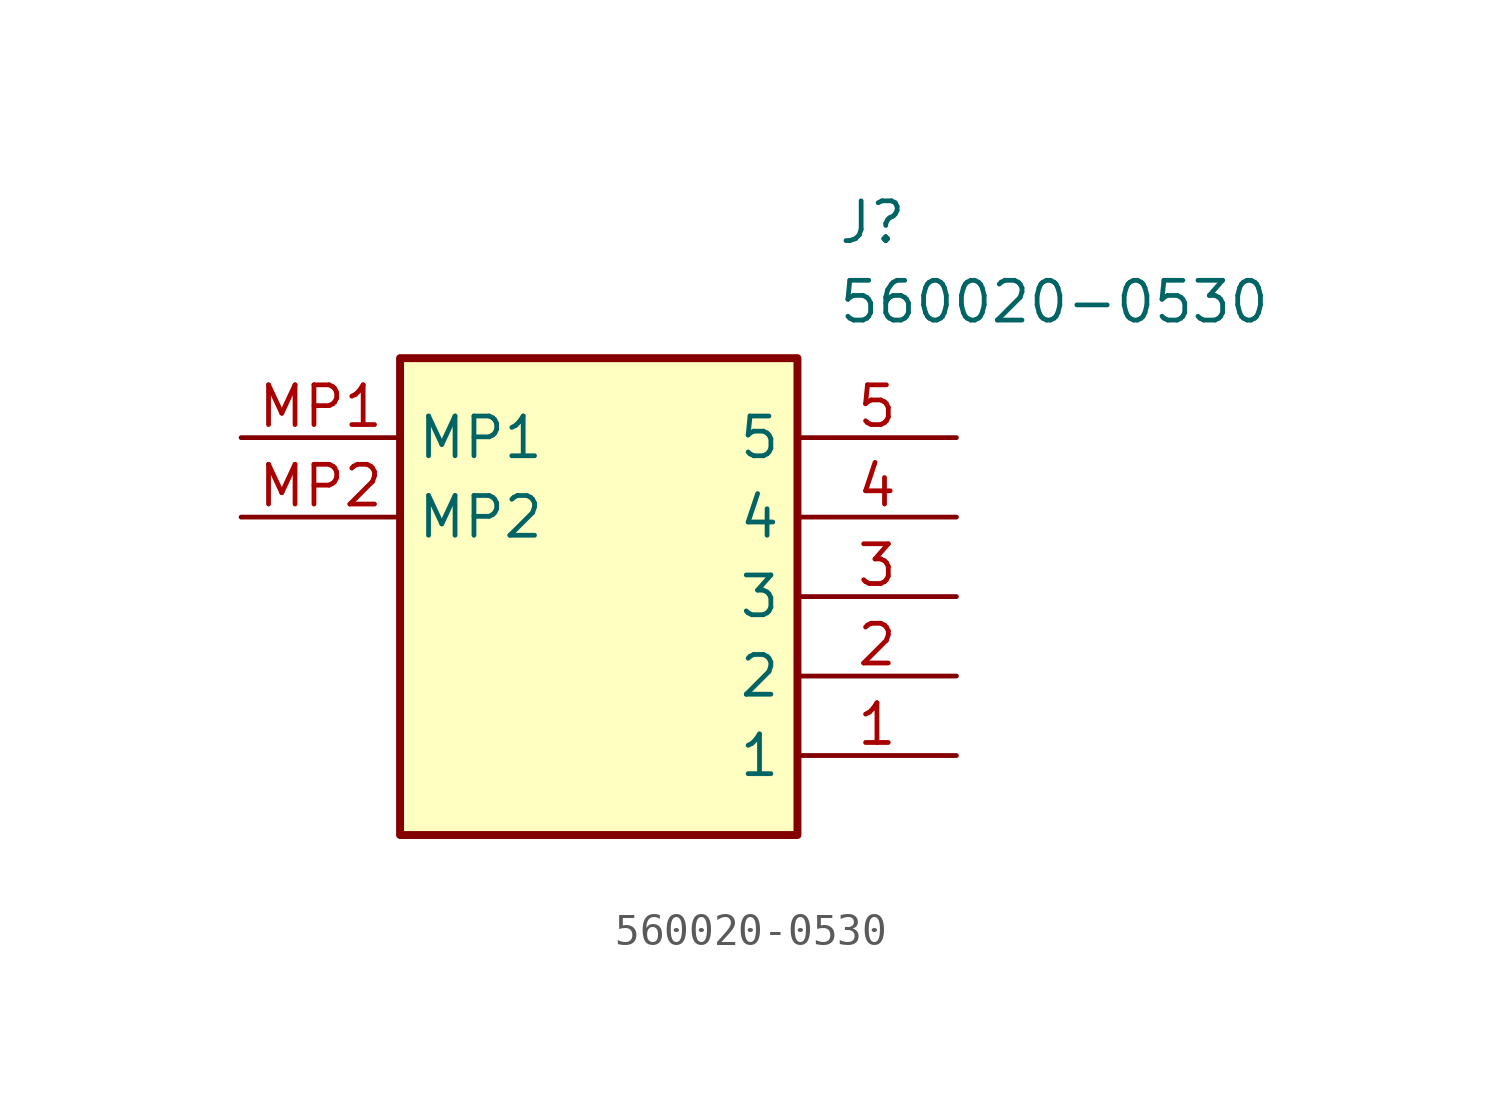
<source format=kicad_sym>
(kicad_symbol_lib
  (version 20211014)
  (generator SamacSys_ECAD_Model)
  (symbol "560020-0530"
    (property "Reference" "J"
      (at 19.05 7.62 0)
      (effects (font (size 1.27 1.27)) (justify left top)))
    (property "Value" "560020-0530"
      (at 19.05 5.08 0)
      (effects (font (size 1.27 1.27)) (justify left top)))
    (rectangle
      (start 5.08 2.54)
      (end 17.78 -12.7)
      (stroke (width 0.254) (type default))
      (fill (type background)))
    (pin passive line
      (at 22.86 -10.16 180)
      (length 5.08)
      (name "1" (effects (font (size 1.27 1.27))))
      (number "1" (effects (font (size 1.27 1.27)))))
    (pin passive line
      (at 22.86 -7.62 180)
      (length 5.08)
      (name "2" (effects (font (size 1.27 1.27))))
      (number "2" (effects (font (size 1.27 1.27)))))
    (pin passive line
      (at 22.86 -5.08 180)
      (length 5.08)
      (name "3" (effects (font (size 1.27 1.27))))
      (number "3" (effects (font (size 1.27 1.27)))))
    (pin passive line
      (at 22.86 -2.54 180)
      (length 5.08)
      (name "4" (effects (font (size 1.27 1.27))))
      (number "4" (effects (font (size 1.27 1.27)))))
    (pin passive line
      (at 22.86 0 180)
      (length 5.08)
      (name "5" (effects (font (size 1.27 1.27))))
      (number "5" (effects (font (size 1.27 1.27)))))
    (pin passive line
      (at 0 0 0)
      (length 5.08)
      (name "MP1" (effects (font (size 1.27 1.27))))
      (number "MP1" (effects (font (size 1.27 1.27)))))
    (pin passive line
      (at 0 -2.54 0)
      (length 5.08)
      (name "MP2" (effects (font (size 1.27 1.27))))
      (number "MP2" (effects (font (size 1.27 1.27)))))))
</source>
